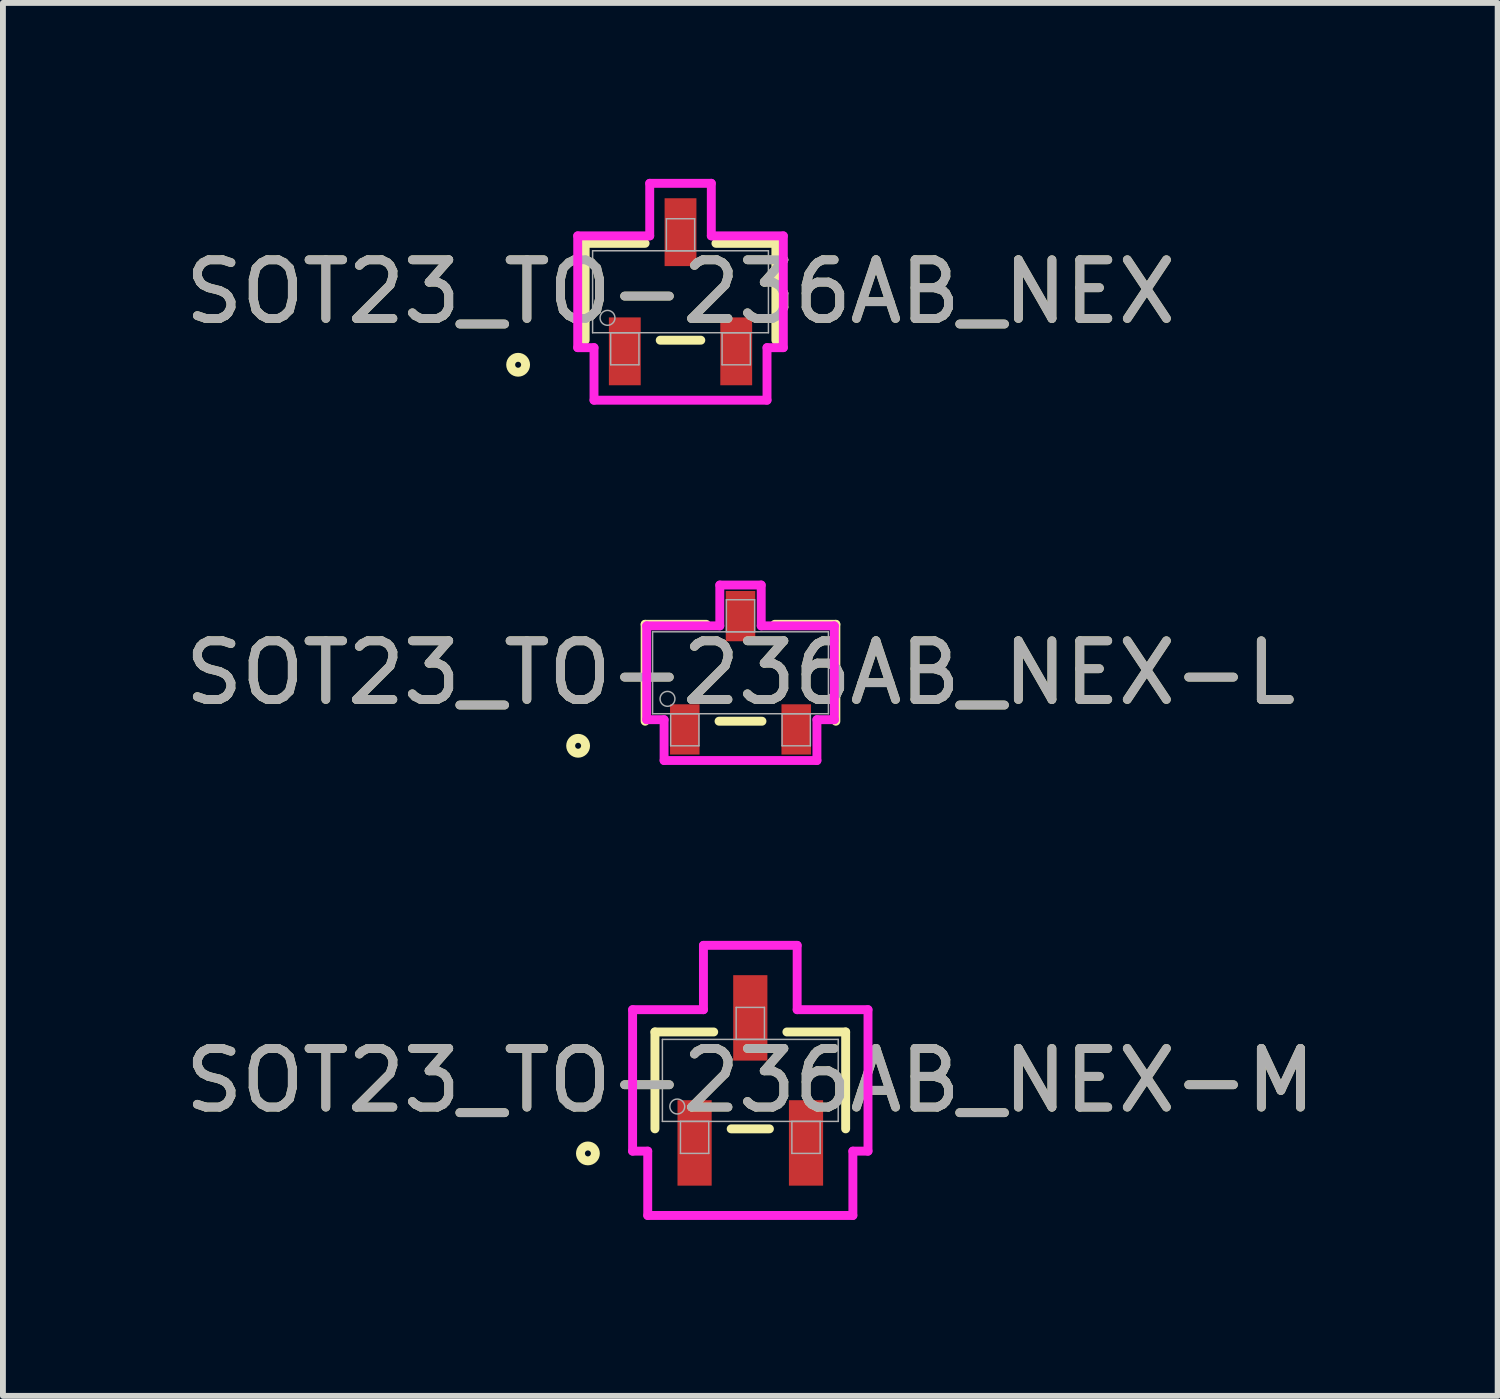
<source format=kicad_pcb>
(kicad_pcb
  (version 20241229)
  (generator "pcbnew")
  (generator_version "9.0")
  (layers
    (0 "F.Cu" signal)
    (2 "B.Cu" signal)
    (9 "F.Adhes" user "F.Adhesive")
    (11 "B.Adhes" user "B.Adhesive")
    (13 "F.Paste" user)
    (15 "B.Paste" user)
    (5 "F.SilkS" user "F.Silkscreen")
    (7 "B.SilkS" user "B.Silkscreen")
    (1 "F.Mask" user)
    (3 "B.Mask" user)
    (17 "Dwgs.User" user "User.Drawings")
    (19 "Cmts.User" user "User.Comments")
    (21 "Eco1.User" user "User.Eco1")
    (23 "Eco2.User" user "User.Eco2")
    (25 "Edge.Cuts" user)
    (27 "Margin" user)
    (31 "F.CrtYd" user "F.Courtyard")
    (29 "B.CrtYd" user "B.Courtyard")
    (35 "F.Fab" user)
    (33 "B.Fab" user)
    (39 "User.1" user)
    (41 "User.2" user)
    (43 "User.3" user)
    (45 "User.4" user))
  (footprint "SOT23_TO-236AB_NEX-L"
    (layer "F.Cu")
    (at 9.577 8.422)
    (property "Reference" "SOT23_TO-236AB_NEX-L" (at 0 0 0) (unlocked yes) (layer "F.SilkS") (effects (font (size 1 1) (thickness 0.15))))
    (attr smd)
    (fp_line (start -1.626 -0.826) (end -1.626 0.826) (stroke (width 0.152) (type solid)) (layer "F.SilkS"))
    (fp_line (start -0.584 -0.826) (end -1.626 -0.826) (stroke (width 0.152) (type solid)) (layer "F.SilkS"))
    (fp_line (start -0.366 0.826) (end 0.366 0.826) (stroke (width 0.152) (type solid)) (layer "F.SilkS"))
    (fp_line (start 1.626 -0.826) (end 0.584 -0.826) (stroke (width 0.152) (type solid)) (layer "F.SilkS"))
    (fp_line (start 1.626 0.826) (end 1.626 -0.826) (stroke (width 0.152) (type solid)) (layer "F.SilkS"))
    (fp_circle (center -2.769 1.245) (end -2.642 1.245) (stroke (width 0.152) (type solid)) (fill no) (layer "F.SilkS"))
    (fp_line (start -1.6 -0.8) (end -0.353 -0.8) (stroke (width 0.152) (type solid)) (layer "F.CrtYd"))
    (fp_line (start -1.6 0.8) (end -1.6 -0.8) (stroke (width 0.152) (type solid)) (layer "F.CrtYd"))
    (fp_line (start -1.6 0.8) (end -1.303 0.8) (stroke (width 0.152) (type solid)) (layer "F.CrtYd"))
    (fp_line (start -1.303 0.8) (end -1.303 1.496) (stroke (width 0.152) (type solid)) (layer "F.CrtYd"))
    (fp_line (start -1.303 1.496) (end 1.303 1.496) (stroke (width 0.152) (type solid)) (layer "F.CrtYd"))
    (fp_line (start -0.353 -1.496) (end 0.353 -1.496) (stroke (width 0.152) (type solid)) (layer "F.CrtYd"))
    (fp_line (start -0.353 -0.8) (end -0.353 -1.496) (stroke (width 0.152) (type solid)) (layer "F.CrtYd"))
    (fp_line (start 0.353 -0.8) (end 0.353 -1.496) (stroke (width 0.152) (type solid)) (layer "F.CrtYd"))
    (fp_line (start 1.303 0.8) (end 1.303 1.496) (stroke (width 0.152) (type solid)) (layer "F.CrtYd"))
    (fp_line (start 1.6 -0.8) (end 0.353 -0.8) (stroke (width 0.152) (type solid)) (layer "F.CrtYd"))
    (fp_line (start 1.6 -0.8) (end 1.6 0.8) (stroke (width 0.152) (type solid)) (layer "F.CrtYd"))
    (fp_line (start 1.6 0.8) (end 1.303 0.8) (stroke (width 0.152) (type solid)) (layer "F.CrtYd"))
    (fp_line (start -1.499 -0.699) (end -1.499 0.699) (stroke (width 0.025) (type solid)) (layer "F.Fab"))
    (fp_line (start -1.499 0.699) (end 1.499 0.699) (stroke (width 0.025) (type solid)) (layer "F.Fab"))
    (fp_line (start -1.191 0.699) (end -1.191 1.245) (stroke (width 0.025) (type solid)) (layer "F.Fab"))
    (fp_line (start -1.191 1.245) (end -0.709 1.245) (stroke (width 0.025) (type solid)) (layer "F.Fab"))
    (fp_line (start -0.709 0.699) (end -1.191 0.699) (stroke (width 0.025) (type solid)) (layer "F.Fab"))
    (fp_line (start -0.709 1.245) (end -0.709 0.699) (stroke (width 0.025) (type solid)) (layer "F.Fab"))
    (fp_line (start -0.241 -1.245) (end -0.241 -0.699) (stroke (width 0.025) (type solid)) (layer "F.Fab"))
    (fp_line (start -0.241 -0.699) (end 0.241 -0.699) (stroke (width 0.025) (type solid)) (layer "F.Fab"))
    (fp_line (start 0.241 -1.245) (end -0.241 -1.245) (stroke (width 0.025) (type solid)) (layer "F.Fab"))
    (fp_line (start 0.241 -0.699) (end 0.241 -1.245) (stroke (width 0.025) (type solid)) (layer "F.Fab"))
    (fp_line (start 0.709 0.699) (end 0.709 1.245) (stroke (width 0.025) (type solid)) (layer "F.Fab"))
    (fp_line (start 0.709 1.245) (end 1.191 1.245) (stroke (width 0.025) (type solid)) (layer "F.Fab"))
    (fp_line (start 1.191 0.699) (end 0.709 0.699) (stroke (width 0.025) (type solid)) (layer "F.Fab"))
    (fp_line (start 1.191 1.245) (end 1.191 0.699) (stroke (width 0.025) (type solid)) (layer "F.Fab"))
    (fp_line (start 1.499 -0.699) (end -1.499 -0.699) (stroke (width 0.025) (type solid)) (layer "F.Fab"))
    (fp_line (start 1.499 0.699) (end 1.499 -0.699) (stroke (width 0.025) (type solid)) (layer "F.Fab"))
    (fp_circle (center -1.245 0.445) (end -1.118 0.445) (stroke (width 0.025) (type solid)) (fill no) (layer "F.Fab"))
    (fp_text user "${REFERENCE}" (at 0 0 0) (unlocked yes) (layer "F.Fab") (effects (font (size 1 1) (thickness 0.15))))
    (pad "1" smd rect (at -0.95 0.966) (size 0.503 0.857) (layers "F.Cu" "F.Mask" "F.Paste"))
    (pad "2" smd rect (at 0.95 0.966) (size 0.503 0.857) (layers "F.Cu" "F.Mask" "F.Paste"))
    (pad "3" smd rect (at 0 -0.966) (size 0.503 0.857) (layers "F.Cu" "F.Mask" "F.Paste")))
  (footprint "SOT23_TO-236AB_NEX"
    (layer "F.Cu")
    (at 8.554 1.925)
    (property "Reference" "SOT23_TO-236AB_NEX" (at 0 0 0) (unlocked yes) (layer "F.SilkS") (effects (font (size 1 1) (thickness 0.15))))
    (attr smd)
    (fp_line (start -1.626 -0.826) (end -1.626 0.826) (stroke (width 0.152) (type solid)) (layer "F.SilkS"))
    (fp_line (start -0.604 -0.826) (end -1.626 -0.826) (stroke (width 0.152) (type solid)) (layer "F.SilkS"))
    (fp_line (start -0.346 0.826) (end 0.346 0.826) (stroke (width 0.152) (type solid)) (layer "F.SilkS"))
    (fp_line (start 1.626 -0.826) (end 0.604 -0.826) (stroke (width 0.152) (type solid)) (layer "F.SilkS"))
    (fp_line (start 1.626 0.826) (end 1.626 -0.826) (stroke (width 0.152) (type solid)) (layer "F.SilkS"))
    (fp_circle (center -2.769 1.245) (end -2.642 1.245) (stroke (width 0.152) (type solid)) (fill no) (layer "F.SilkS"))
    (fp_line (start -1.753 -0.953) (end -0.525 -0.953) (stroke (width 0.152) (type solid)) (layer "F.CrtYd"))
    (fp_line (start -1.753 0.953) (end -1.753 -0.953) (stroke (width 0.152) (type solid)) (layer "F.CrtYd"))
    (fp_line (start -1.753 0.953) (end -1.475 0.953) (stroke (width 0.152) (type solid)) (layer "F.CrtYd"))
    (fp_line (start -1.475 0.953) (end -1.475 1.849) (stroke (width 0.152) (type solid)) (layer "F.CrtYd"))
    (fp_line (start -1.475 1.849) (end 1.475 1.849) (stroke (width 0.152) (type solid)) (layer "F.CrtYd"))
    (fp_line (start -0.525 -1.849) (end 0.525 -1.849) (stroke (width 0.152) (type solid)) (layer "F.CrtYd"))
    (fp_line (start -0.525 -0.953) (end -0.525 -1.849) (stroke (width 0.152) (type solid)) (layer "F.CrtYd"))
    (fp_line (start 0.525 -0.953) (end 0.525 -1.849) (stroke (width 0.152) (type solid)) (layer "F.CrtYd"))
    (fp_line (start 1.475 0.953) (end 1.475 1.849) (stroke (width 0.152) (type solid)) (layer "F.CrtYd"))
    (fp_line (start 1.753 -0.953) (end 0.525 -0.953) (stroke (width 0.152) (type solid)) (layer "F.CrtYd"))
    (fp_line (start 1.753 -0.953) (end 1.753 0.953) (stroke (width 0.152) (type solid)) (layer "F.CrtYd"))
    (fp_line (start 1.753 0.953) (end 1.475 0.953) (stroke (width 0.152) (type solid)) (layer "F.CrtYd"))
    (fp_line (start -1.499 -0.699) (end -1.499 0.699) (stroke (width 0.025) (type solid)) (layer "F.Fab"))
    (fp_line (start -1.499 0.699) (end 1.499 0.699) (stroke (width 0.025) (type solid)) (layer "F.Fab"))
    (fp_line (start -1.191 0.699) (end -1.191 1.245) (stroke (width 0.025) (type solid)) (layer "F.Fab"))
    (fp_line (start -1.191 1.245) (end -0.709 1.245) (stroke (width 0.025) (type solid)) (layer "F.Fab"))
    (fp_line (start -0.709 0.699) (end -1.191 0.699) (stroke (width 0.025) (type solid)) (layer "F.Fab"))
    (fp_line (start -0.709 1.245) (end -0.709 0.699) (stroke (width 0.025) (type solid)) (layer "F.Fab"))
    (fp_line (start -0.241 -1.245) (end -0.241 -0.699) (stroke (width 0.025) (type solid)) (layer "F.Fab"))
    (fp_line (start -0.241 -0.699) (end 0.241 -0.699) (stroke (width 0.025) (type solid)) (layer "F.Fab"))
    (fp_line (start 0.241 -1.245) (end -0.241 -1.245) (stroke (width 0.025) (type solid)) (layer "F.Fab"))
    (fp_line (start 0.241 -0.699) (end 0.241 -1.245) (stroke (width 0.025) (type solid)) (layer "F.Fab"))
    (fp_line (start 0.709 0.699) (end 0.709 1.245) (stroke (width 0.025) (type solid)) (layer "F.Fab"))
    (fp_line (start 0.709 1.245) (end 1.191 1.245) (stroke (width 0.025) (type solid)) (layer "F.Fab"))
    (fp_line (start 1.191 0.699) (end 0.709 0.699) (stroke (width 0.025) (type solid)) (layer "F.Fab"))
    (fp_line (start 1.191 1.245) (end 1.191 0.699) (stroke (width 0.025) (type solid)) (layer "F.Fab"))
    (fp_line (start 1.499 -0.699) (end -1.499 -0.699) (stroke (width 0.025) (type solid)) (layer "F.Fab"))
    (fp_line (start 1.499 0.699) (end 1.499 -0.699) (stroke (width 0.025) (type solid)) (layer "F.Fab"))
    (fp_circle (center -1.245 0.445) (end -1.118 0.445) (stroke (width 0.025) (type solid)) (fill no) (layer "F.Fab"))
    (fp_text user "${REFERENCE}" (at 0 0 0) (unlocked yes) (layer "F.Fab") (effects (font (size 1 1) (thickness 0.15))))
    (pad "1" smd rect (at -0.95 1.016) (size 0.543 1.157) (layers "F.Cu" "F.Mask" "F.Paste"))
    (pad "2" smd rect (at 0.95 1.016) (size 0.543 1.157) (layers "F.Cu" "F.Mask" "F.Paste"))
    (pad "3" smd rect (at 0 -1.016) (size 0.543 1.157) (layers "F.Cu" "F.Mask" "F.Paste")))
  (footprint "SOT23_TO-236AB_NEX-M"
    (layer "F.Cu")
    (at 9.744 15.373)
    (property "Reference" "SOT23_TO-236AB_NEX-M" (at 0 0 0) (unlocked yes) (layer "F.SilkS") (effects (font (size 1 1) (thickness 0.15))))
    (attr smd)
    (fp_line (start -1.626 -0.826) (end -1.626 0.826) (stroke (width 0.152) (type solid)) (layer "F.SilkS"))
    (fp_line (start -0.624 -0.826) (end -1.626 -0.826) (stroke (width 0.152) (type solid)) (layer "F.SilkS"))
    (fp_line (start -0.326 0.826) (end 0.326 0.826) (stroke (width 0.152) (type solid)) (layer "F.SilkS"))
    (fp_line (start 1.626 -0.826) (end 0.624 -0.826) (stroke (width 0.152) (type solid)) (layer "F.SilkS"))
    (fp_line (start 1.626 0.826) (end 1.626 -0.826) (stroke (width 0.152) (type solid)) (layer "F.SilkS"))
    (fp_circle (center -2.769 1.245) (end -2.642 1.245) (stroke (width 0.152) (type solid)) (fill no) (layer "F.SilkS"))
    (fp_line (start -2.007 -1.206) (end -0.799 -1.206) (stroke (width 0.152) (type solid)) (layer "F.CrtYd"))
    (fp_line (start -2.007 1.206) (end -2.007 -1.206) (stroke (width 0.152) (type solid)) (layer "F.CrtYd"))
    (fp_line (start -2.007 1.206) (end -1.749 1.206) (stroke (width 0.152) (type solid)) (layer "F.CrtYd"))
    (fp_line (start -1.749 1.206) (end -1.749 2.303) (stroke (width 0.152) (type solid)) (layer "F.CrtYd"))
    (fp_line (start -1.749 2.303) (end 1.749 2.303) (stroke (width 0.152) (type solid)) (layer "F.CrtYd"))
    (fp_line (start -0.799 -2.303) (end 0.799 -2.303) (stroke (width 0.152) (type solid)) (layer "F.CrtYd"))
    (fp_line (start -0.799 -1.206) (end -0.799 -2.303) (stroke (width 0.152) (type solid)) (layer "F.CrtYd"))
    (fp_line (start 0.799 -1.206) (end 0.799 -2.303) (stroke (width 0.152) (type solid)) (layer "F.CrtYd"))
    (fp_line (start 1.749 1.206) (end 1.749 2.303) (stroke (width 0.152) (type solid)) (layer "F.CrtYd"))
    (fp_line (start 2.007 -1.206) (end 0.799 -1.206) (stroke (width 0.152) (type solid)) (layer "F.CrtYd"))
    (fp_line (start 2.007 -1.206) (end 2.007 1.206) (stroke (width 0.152) (type solid)) (layer "F.CrtYd"))
    (fp_line (start 2.007 1.206) (end 1.749 1.206) (stroke (width 0.152) (type solid)) (layer "F.CrtYd"))
    (fp_line (start -1.499 -0.699) (end -1.499 0.699) (stroke (width 0.025) (type solid)) (layer "F.Fab"))
    (fp_line (start -1.499 0.699) (end 1.499 0.699) (stroke (width 0.025) (type solid)) (layer "F.Fab"))
    (fp_line (start -1.191 0.699) (end -1.191 1.245) (stroke (width 0.025) (type solid)) (layer "F.Fab"))
    (fp_line (start -1.191 1.245) (end -0.709 1.245) (stroke (width 0.025) (type solid)) (layer "F.Fab"))
    (fp_line (start -0.709 0.699) (end -1.191 0.699) (stroke (width 0.025) (type solid)) (layer "F.Fab"))
    (fp_line (start -0.709 1.245) (end -0.709 0.699) (stroke (width 0.025) (type solid)) (layer "F.Fab"))
    (fp_line (start -0.241 -1.245) (end -0.241 -0.699) (stroke (width 0.025) (type solid)) (layer "F.Fab"))
    (fp_line (start -0.241 -0.699) (end 0.241 -0.699) (stroke (width 0.025) (type solid)) (layer "F.Fab"))
    (fp_line (start 0.241 -1.245) (end -0.241 -1.245) (stroke (width 0.025) (type solid)) (layer "F.Fab"))
    (fp_line (start 0.241 -0.699) (end 0.241 -1.245) (stroke (width 0.025) (type solid)) (layer "F.Fab"))
    (fp_line (start 0.709 0.699) (end 0.709 1.245) (stroke (width 0.025) (type solid)) (layer "F.Fab"))
    (fp_line (start 0.709 1.245) (end 1.191 1.245) (stroke (width 0.025) (type solid)) (layer "F.Fab"))
    (fp_line (start 1.191 0.699) (end 0.709 0.699) (stroke (width 0.025) (type solid)) (layer "F.Fab"))
    (fp_line (start 1.191 1.245) (end 1.191 0.699) (stroke (width 0.025) (type solid)) (layer "F.Fab"))
    (fp_line (start 1.499 -0.699) (end -1.499 -0.699) (stroke (width 0.025) (type solid)) (layer "F.Fab"))
    (fp_line (start 1.499 0.699) (end 1.499 -0.699) (stroke (width 0.025) (type solid)) (layer "F.Fab"))
    (fp_circle (center -1.245 0.445) (end -1.118 0.445) (stroke (width 0.025) (type solid)) (fill no) (layer "F.Fab"))
    (fp_text user "${REFERENCE}" (at 0 0 0) (unlocked yes) (layer "F.Fab") (effects (font (size 1 1) (thickness 0.15))))
    (pad "1" smd rect (at -0.95 1.066) (size 0.583 1.457) (layers "F.Cu" "F.Mask" "F.Paste"))
    (pad "2" smd rect (at 0.95 1.066) (size 0.583 1.457) (layers "F.Cu" "F.Mask" "F.Paste"))
    (pad "3" smd rect (at 0 -1.066) (size 0.583 1.457) (layers "F.Cu" "F.Mask" "F.Paste")))
  (gr_rect
    (start -3 -3)
    (end 22.488 20.752)
    (stroke (width 0.1) (type default))
    (fill no)
    (layer "Edge.Cuts")))
</source>
